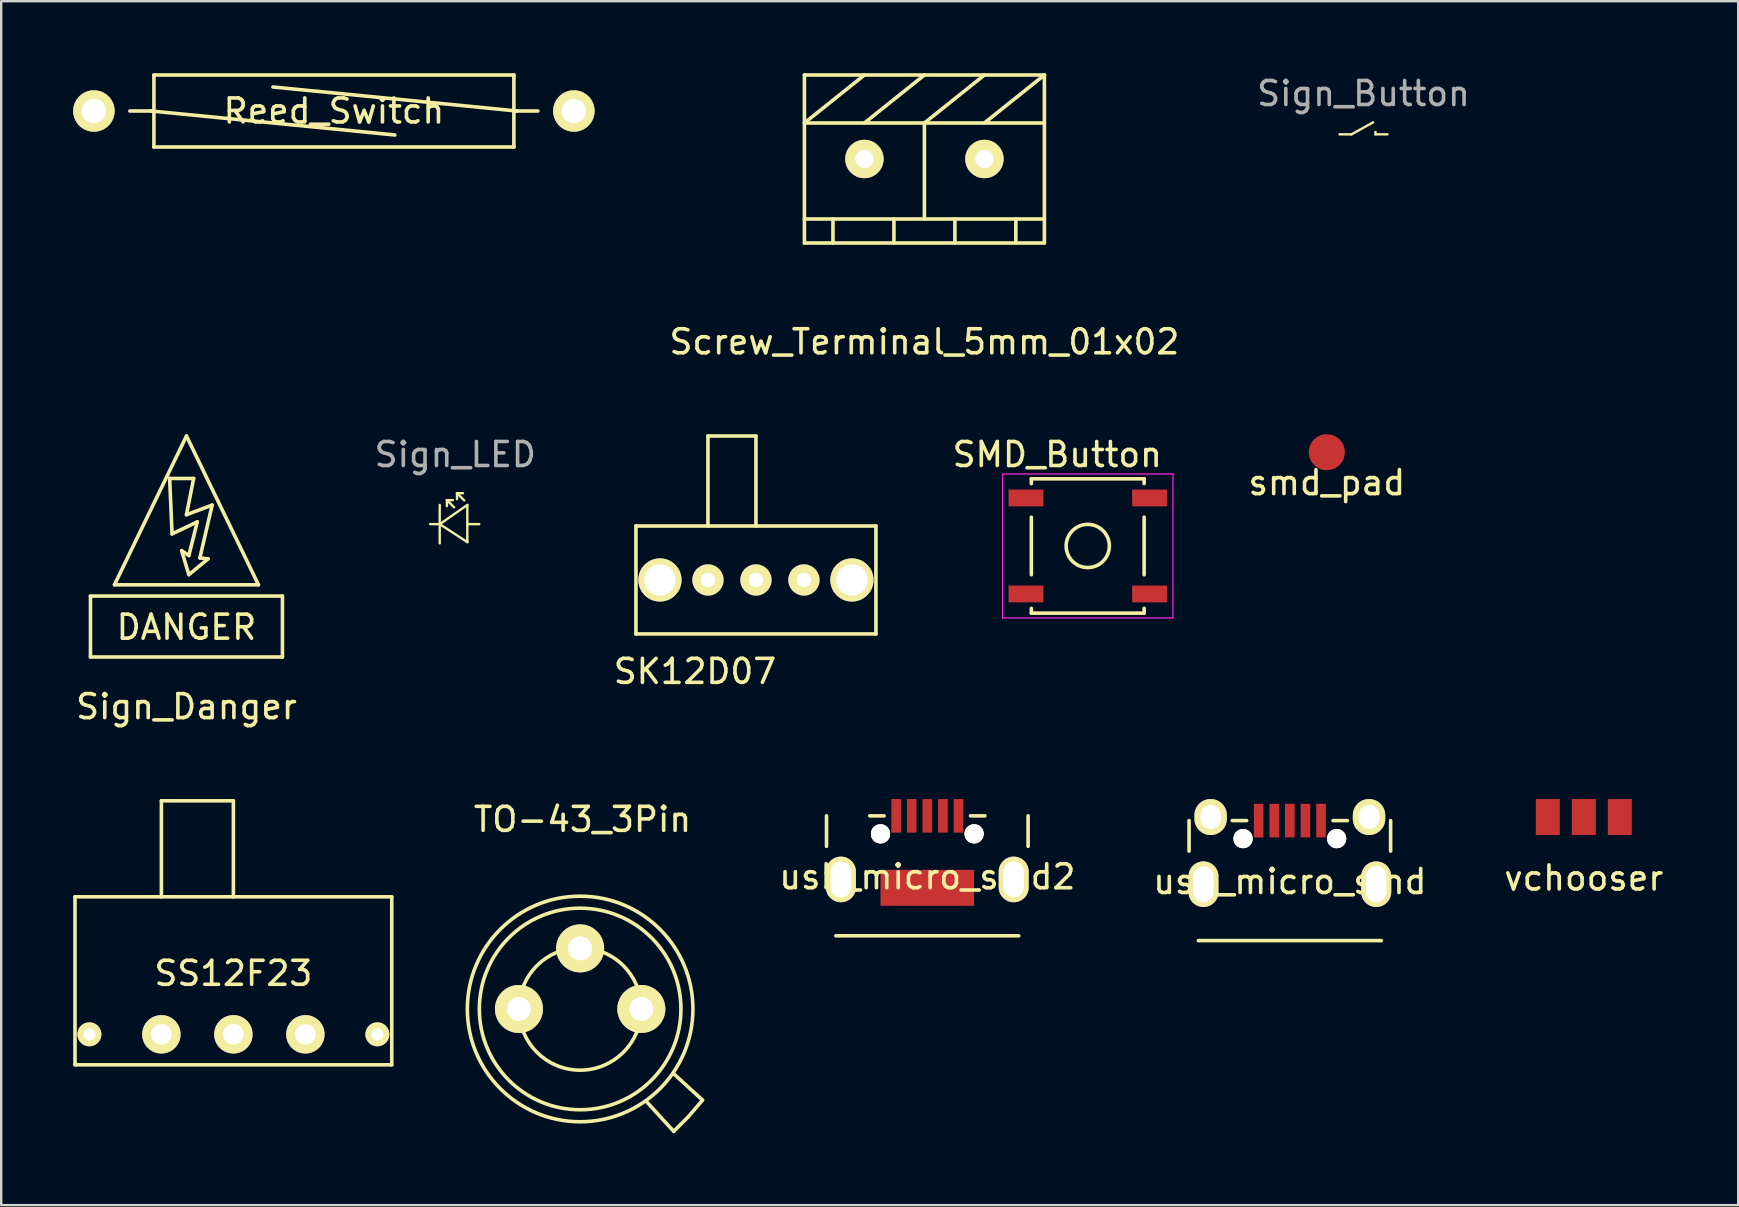
<source format=kicad_pcb>
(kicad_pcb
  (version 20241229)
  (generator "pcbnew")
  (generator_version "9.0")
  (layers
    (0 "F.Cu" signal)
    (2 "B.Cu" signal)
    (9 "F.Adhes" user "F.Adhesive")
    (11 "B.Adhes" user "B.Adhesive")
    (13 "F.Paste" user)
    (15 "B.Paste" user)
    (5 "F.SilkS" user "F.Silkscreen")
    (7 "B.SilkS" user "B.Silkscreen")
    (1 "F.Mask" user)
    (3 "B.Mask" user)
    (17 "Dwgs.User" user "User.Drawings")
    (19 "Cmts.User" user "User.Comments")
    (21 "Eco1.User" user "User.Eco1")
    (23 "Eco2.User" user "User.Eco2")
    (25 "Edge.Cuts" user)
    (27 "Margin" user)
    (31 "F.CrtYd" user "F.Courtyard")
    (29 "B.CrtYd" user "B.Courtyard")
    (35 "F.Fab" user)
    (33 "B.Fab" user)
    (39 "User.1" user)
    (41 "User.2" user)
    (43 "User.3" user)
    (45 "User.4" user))
  (footprint "vchooser"
    (layer "F.Cu")
    (at 62.949 30.997)
    (property "Reference" "vchooser" (at 0 2.54 0) (layer "F.SilkS") (effects (font (size 1 1) (thickness 0.15))))
    (attr through_hole)
    (pad "1" smd rect (at -1.5 0) (size 1 1.5) (layers "F.Cu" "F.Mask" "F.Paste"))
    (pad "2" smd rect (at 0 0) (size 1 1.5) (layers "F.Cu" "F.Mask" "F.Paste"))
    (pad "3" smd rect (at 1.5 0) (size 1 1.5) (layers "F.Cu" "F.Mask" "F.Paste")))
  (footprint "SS12F23"
    (layer "F.Cu")
    (at 6.675 40.051)
    (property "Reference" "SS12F23" (at 0 -2.54 0) (layer "F.SilkS") (effects (font (size 1 1) (thickness 0.15))))
    (attr through_hole)
    (fp_line (start -6.6 -5.73) (end 6.6 -5.73) (stroke (width 0.15) (type solid)) (layer "F.SilkS"))
    (fp_line (start -6.6 1.27) (end -6.6 -5.73) (stroke (width 0.15) (type solid)) (layer "F.SilkS"))
    (fp_line (start -6.6 1.27) (end 6.6 1.27) (stroke (width 0.15) (type solid)) (layer "F.SilkS"))
    (fp_line (start -3 -9.73) (end -3 -5.73) (stroke (width 0.15) (type solid)) (layer "F.SilkS"))
    (fp_line (start 0 -9.73) (end -3 -9.73) (stroke (width 0.15) (type solid)) (layer "F.SilkS"))
    (fp_line (start 0 -9.73) (end 0 -5.73) (stroke (width 0.15) (type solid)) (layer "F.SilkS"))
    (fp_line (start 6.6 1.27) (end 6.6 -5.73) (stroke (width 0.15) (type solid)) (layer "F.SilkS"))
    (pad "1" thru_hole circle (at -3 0) (size 1.6 1.6) (drill 0.85) (layers "*.Cu" "*.Mask" "F.SilkS"))
    (pad "2" thru_hole circle (at 0 0) (size 1.6 1.6) (drill 0.85) (layers "*.Cu" "*.Mask" "F.SilkS"))
    (pad "3" thru_hole circle (at 3 0) (size 1.6 1.6) (drill 0.85) (layers "*.Cu" "*.Mask" "F.SilkS"))
    (pad "4" thru_hole circle (at -6 0) (size 1 1) (drill 0.5) (layers "*.Cu" "*.Mask" "F.SilkS"))
    (pad "4" thru_hole circle (at 6 0) (size 1 1) (drill 0.5) (layers "*.Cu" "*.Mask" "F.SilkS")))
  (footprint "SMD_Button"
    (layer "F.Cu")
    (at 42.278 19.701)
    (property "Reference" "SMD_Button" (at -1.27 -3.81 0) (layer "F.SilkS") (effects (font (size 1 1) (thickness 0.15))))
    (attr smd)
    (fp_line (start -2.35 -2.8) (end -2.35 -2.6) (stroke (width 0.15) (type solid)) (layer "F.SilkS"))
    (fp_line (start -2.35 -1.2) (end -2.35 1.2) (stroke (width 0.15) (type solid)) (layer "F.SilkS"))
    (fp_line (start -2.35 2.6) (end -2.35 2.8) (stroke (width 0.15) (type solid)) (layer "F.SilkS"))
    (fp_line (start -2.35 2.8) (end 2.35 2.8) (stroke (width 0.15) (type solid)) (layer "F.SilkS"))
    (fp_line (start 2.35 -2.8) (end -2.35 -2.8) (stroke (width 0.15) (type solid)) (layer "F.SilkS"))
    (fp_line (start 2.35 -2.8) (end 2.35 -2.6) (stroke (width 0.15) (type solid)) (layer "F.SilkS"))
    (fp_line (start 2.35 -1.2) (end 2.35 1.2) (stroke (width 0.15) (type solid)) (layer "F.SilkS"))
    (fp_line (start 2.35 2.8) (end 2.35 2.6) (stroke (width 0.15) (type solid)) (layer "F.SilkS"))
    (fp_circle (center 0 0) (end 0.9 0) (stroke (width 0.15) (type solid)) (fill no) (layer "F.SilkS"))
    (fp_line (start -3.55 -3) (end 3.55 -3) (stroke (width 0.05) (type solid)) (layer "F.CrtYd"))
    (fp_line (start -3.55 3) (end -3.55 -3) (stroke (width 0.05) (type solid)) (layer "F.CrtYd"))
    (fp_line (start 3.55 -3) (end 3.55 3) (stroke (width 0.05) (type solid)) (layer "F.CrtYd"))
    (fp_line (start 3.55 3) (end -3.55 3) (stroke (width 0.05) (type solid)) (layer "F.CrtYd"))
    (pad "1" smd rect (at -2.575 -2) (size 1.45 0.7) (layers "F.Cu" "F.Mask" "F.Paste"))
    (pad "1" smd rect (at 2.575 -2) (size 1.45 0.7) (layers "F.Cu" "F.Mask" "F.Paste"))
    (pad "2" smd rect (at -2.575 2) (size 1.45 0.7) (layers "F.Cu" "F.Mask" "F.Paste"))
    (pad "2" smd rect (at 2.575 2) (size 1.45 0.7) (layers "F.Cu" "F.Mask" "F.Paste")))
  (footprint "Screw_Terminal_5mm_01x02"
    (layer "F.Cu")
    (at 35.471 3.575)
    (property "Reference" "Screw_Terminal_5mm_01x02" (at 0 7.62 0) (layer "F.SilkS") (effects (font (size 1 1) (thickness 0.15))))
    (attr through_hole)
    (fp_line (start -5 -3.5) (end -5 3.5) (stroke (width 0.15) (type solid)) (layer "F.SilkS"))
    (fp_line (start -5 -3.5) (end 5 -3.5) (stroke (width 0.15) (type solid)) (layer "F.SilkS"))
    (fp_line (start -5 -1.5) (end -2.5 -3.5) (stroke (width 0.15) (type solid)) (layer "F.SilkS"))
    (fp_line (start -5 -1.5) (end 5 -1.5) (stroke (width 0.15) (type solid)) (layer "F.SilkS"))
    (fp_line (start -5 2.5) (end 5 2.5) (stroke (width 0.15) (type solid)) (layer "F.SilkS"))
    (fp_line (start -3.81 3.5) (end -3.81 2.5) (stroke (width 0.15) (type solid)) (layer "F.SilkS"))
    (fp_line (start -2.5 -1.5) (end 0 -3.5) (stroke (width 0.15) (type solid)) (layer "F.SilkS"))
    (fp_line (start -1.27 3.5) (end -1.27 2.5) (stroke (width 0.15) (type solid)) (layer "F.SilkS"))
    (fp_line (start 0 -1.5) (end 0 2.5) (stroke (width 0.15) (type solid)) (layer "F.SilkS"))
    (fp_line (start 0 -1.5) (end 2.5 -3.5) (stroke (width 0.15) (type solid)) (layer "F.SilkS"))
    (fp_line (start 1.27 3.5) (end 1.27 2.5) (stroke (width 0.15) (type solid)) (layer "F.SilkS"))
    (fp_line (start 2.5 -1.5) (end 5 -3.5) (stroke (width 0.15) (type solid)) (layer "F.SilkS"))
    (fp_line (start 3.81 3.5) (end 3.81 2.5) (stroke (width 0.15) (type solid)) (layer "F.SilkS"))
    (fp_line (start 5 -3.5) (end 5 3.5) (stroke (width 0.15) (type solid)) (layer "F.SilkS"))
    (fp_line (start 5 3.5) (end -5 3.5) (stroke (width 0.15) (type solid)) (layer "F.SilkS"))
    (pad "1" thru_hole circle (at -2.5 0) (size 1.6 1.6) (drill 0.762) (layers "*.Cu" "*.Mask" "F.SilkS"))
    (pad "2" thru_hole circle (at 2.5 0) (size 1.6 1.6) (drill 0.762) (layers "*.Cu" "*.Mask" "F.SilkS")))
  (footprint "SK12D07"
    (layer "F.Cu")
    (at 28.451 21.118)
    (property "Reference" "SK12D07" (at -2.54 3.81 0) (layer "F.SilkS") (effects (font (size 1 1) (thickness 0.15))))
    (attr through_hole)
    (fp_line (start -5 -2.25) (end -5 2.25) (stroke (width 0.15) (type solid)) (layer "F.SilkS"))
    (fp_line (start -5 -2.25) (end 5 -2.25) (stroke (width 0.15) (type solid)) (layer "F.SilkS"))
    (fp_line (start -5 2.25) (end 5 2.25) (stroke (width 0.15) (type solid)) (layer "F.SilkS"))
    (fp_line (start -2 -6) (end 0 -6) (stroke (width 0.15) (type solid)) (layer "F.SilkS"))
    (fp_line (start -2 -2.25) (end -2 -6) (stroke (width 0.15) (type solid)) (layer "F.SilkS"))
    (fp_line (start 0 -2.25) (end 0 -6) (stroke (width 0.15) (type solid)) (layer "F.SilkS"))
    (fp_line (start 5 -2.25) (end 5 2.25) (stroke (width 0.15) (type solid)) (layer "F.SilkS"))
    (pad "1" thru_hole circle (at -2 0) (size 1.3 1.3) (drill 0.6) (layers "*.Cu" "*.Mask" "F.SilkS"))
    (pad "2" thru_hole circle (at 0 0) (size 1.3 1.3) (drill 0.6) (layers "*.Cu" "*.Mask" "F.SilkS"))
    (pad "3" thru_hole circle (at 2 0) (size 1.3 1.3) (drill 0.6) (layers "*.Cu" "*.Mask" "F.SilkS"))
    (pad "4" thru_hole circle (at -4 0) (size 1.8 1.8) (drill 1.3) (layers "*.Cu" "*.Mask" "F.SilkS"))
    (pad "4" thru_hole circle (at 4 0) (size 1.8 1.8) (drill 1.3) (layers "*.Cu" "*.Mask" "F.SilkS")))
  (footprint "Reed_Switch"
    (layer "F.Cu")
    (at 10.864 1.575)
    (property "Reference" "Reed_Switch" (at 0 0 0) (layer "F.SilkS") (effects (font (size 1 1) (thickness 0.15))))
    (attr through_hole)
    (fp_line (start -8.5 0) (end -7.5 0) (stroke (width 0.15) (type solid)) (layer "F.SilkS"))
    (fp_line (start -7.62 0) (end 2.54 1) (stroke (width 0.15) (type solid)) (layer "F.SilkS"))
    (fp_line (start -7.5 -1.5) (end -7.5 1.5) (stroke (width 0.15) (type solid)) (layer "F.SilkS"))
    (fp_line (start -7.5 -1.5) (end 7.5 -1.5) (stroke (width 0.15) (type solid)) (layer "F.SilkS"))
    (fp_line (start -7.5 1.5) (end 7.5 1.5) (stroke (width 0.15) (type solid)) (layer "F.SilkS"))
    (fp_line (start 7.5 -1.5) (end 7.5 1.5) (stroke (width 0.15) (type solid)) (layer "F.SilkS"))
    (fp_line (start 7.5 0) (end 8.5 0) (stroke (width 0.15) (type solid)) (layer "F.SilkS"))
    (fp_line (start 7.62 0) (end -2.54 -1) (stroke (width 0.15) (type solid)) (layer "F.SilkS"))
    (pad "1" thru_hole circle (at -10 0) (size 1.727 1.727) (drill 1.016) (layers "*.Cu" "*.Mask" "F.SilkS"))
    (pad "2" thru_hole circle (at 10 0) (size 1.727 1.727) (drill 1.016) (layers "*.Cu" "*.Mask" "F.SilkS")))
  (footprint "TO-43_3Pin"
    (layer "F.Cu")
    (at 21.125 38.995)
    (property "Reference" "TO-43_3Pin" (at 0.1 -7.9 0) (layer "F.SilkS") (effects (font (size 1 1) (thickness 0.15))))
    (attr through_hole)
    (fp_line (start 3.9 5.1) (end 2.8 3.9) (stroke (width 0.15) (type solid)) (layer "F.SilkS"))
    (fp_line (start 4.5 4.5) (end 3.9 5.1) (stroke (width 0.15) (type solid)) (layer "F.SilkS"))
    (fp_line (start 4.5 4.5) (end 5.1 3.8) (stroke (width 0.15) (type solid)) (layer "F.SilkS"))
    (fp_line (start 5.1 3.8) (end 3.9 2.7) (stroke (width 0.15) (type solid)) (layer "F.SilkS"))
    (fp_circle (center 0 0) (end -4.7 0) (stroke (width 0.15) (type solid)) (fill no) (layer "F.SilkS"))
    (fp_circle (center 0 0) (end -4.2 0) (stroke (width 0.15) (type solid)) (fill no) (layer "F.SilkS"))
    (fp_circle (center 0 0) (end -2.55 0) (stroke (width 0.15) (type solid)) (fill no) (layer "F.SilkS"))
    (pad "1" thru_hole circle (at 2.55 0 180) (size 2 2) (drill 1) (layers "*.Cu" "*.Mask" "F.SilkS"))
    (pad "2" thru_hole circle (at 0 -2.525 180) (size 2 2) (drill 1) (layers "*.Cu" "*.Mask" "F.SilkS"))
    (pad "3" thru_hole circle (at -2.55 0 180) (size 2 2) (drill 1) (layers "*.Cu" "*.Mask" "F.SilkS")))
  (footprint "usb_micro_smd"
    (layer "F.Cu")
    (at 50.699 31.146)
    (property "Reference" "usb_micro_smd" (at 0 2.54 0) (layer "F.SilkS") (effects (font (size 1 1) (thickness 0.15))))
    (attr through_hole)
    (fp_line (start -4.2 0) (end -4.2 1.27) (stroke (width 0.15) (type solid)) (layer "F.SilkS"))
    (fp_line (start -3.81 5) (end 3.81 5) (stroke (width 0.15) (type solid)) (layer "F.SilkS"))
    (fp_line (start -2.4 0) (end -1.8 0) (stroke (width 0.15) (type solid)) (layer "F.SilkS"))
    (fp_line (start 2.4 0) (end 1.8 0) (stroke (width 0.15) (type solid)) (layer "F.SilkS"))
    (fp_line (start 4.2 0) (end 4.2 1.27) (stroke (width 0.15) (type solid)) (layer "F.SilkS"))
    (pad "1" smd rect (at -1.3 0) (size 0.4 1.4) (layers "F.Cu" "F.Mask" "F.Paste"))
    (pad "2" smd rect (at -0.65 0) (size 0.4 1.4) (layers "F.Cu" "F.Mask" "F.Paste"))
    (pad "3" smd rect (at 0 0) (size 0.4 1.4) (layers "F.Cu" "F.Mask" "F.Paste"))
    (pad "4" smd rect (at 0.65 0) (size 0.4 1.4) (layers "F.Cu" "F.Mask" "F.Paste"))
    (pad "5" smd rect (at 1.3 0) (size 0.4 1.4) (layers "F.Cu" "F.Mask" "F.Paste"))
    (pad "6" thru_hole oval (at -3.6 2.65) (size 1.25 1.9) (drill oval 0.85 1.5) (layers "*.Cu" "*.Mask" "F.SilkS"))
    (pad "6" thru_hole oval (at -3.3 -0.15) (size 1.35 1.5) (drill oval 0.85 1) (layers "*.Cu" "*.Mask" "F.SilkS"))
    (pad "6" thru_hole oval (at 3.3 -0.15) (size 1.35 1.5) (drill oval 0.85 1) (layers "*.Cu" "*.Mask" "F.SilkS"))
    (pad "6" thru_hole oval (at 3.6 2.65) (size 1.25 1.9) (drill oval 0.85 1.5) (layers "*.Cu" "*.Mask" "F.SilkS"))
    (pad "7" thru_hole circle (at -1.95 0.75) (size 0.8 0.8) (drill 0.8) (layers "*.Cu" "*.Mask" "F.SilkS"))
    (pad "7" thru_hole circle (at 1.95 0.75) (size 0.8 0.8) (drill 0.8) (layers "*.Cu" "*.Mask" "F.SilkS")))
  (footprint "Sign_LED"
    (layer "F.Cu")
    (at 15.923 18.791)
    (property "Reference" "Sign_LED" (at 0 -2.9 0) (layer "F.Fab") (effects (font (size 1 1) (thickness 0.15))))
    (attr smd)
    (fp_line (start -0.649 -0.799) (end -0.649 0.801) (stroke (width 0.1) (type solid)) (layer "F.SilkS"))
    (fp_line (start -0.649 0.001) (end -1.051 0.001) (stroke (width 0.1) (type solid)) (layer "F.SilkS"))
    (fp_line (start -0.649 0.001) (end 0.501 -0.799) (stroke (width 0.1) (type solid)) (layer "F.SilkS"))
    (fp_line (start -0.649 0.001) (end 0.501 0.75) (stroke (width 0.1) (type solid)) (layer "F.SilkS"))
    (fp_line (start -0.35 -1) (end -0.35 -0.75) (stroke (width 0.1) (type solid)) (layer "F.SilkS"))
    (fp_line (start -0.35 -1) (end -0.1 -1) (stroke (width 0.1) (type solid)) (layer "F.SilkS"))
    (fp_line (start -0.35 -1) (end -0.05 -0.7) (stroke (width 0.1) (type solid)) (layer "F.SilkS"))
    (fp_line (start 0.07 -1.29) (end 0.07 -1.04) (stroke (width 0.1) (type solid)) (layer "F.SilkS"))
    (fp_line (start 0.07 -1.29) (end 0.32 -1.29) (stroke (width 0.1) (type solid)) (layer "F.SilkS"))
    (fp_line (start 0.07 -1.29) (end 0.37 -0.99) (stroke (width 0.1) (type solid)) (layer "F.SilkS"))
    (fp_line (start 0.501 0.001) (end 0.999 0.001) (stroke (width 0.1) (type solid)) (layer "F.SilkS"))
    (fp_line (start 0.501 0.75) (end 0.501 -0.799) (stroke (width 0.1) (type solid)) (layer "F.SilkS")))
  (footprint "Sign_Button"
    (layer "F.Cu")
    (at 53.769 2.548)
    (property "Reference" "Sign_Button" (at 0 -1.7 0) (layer "F.Fab") (effects (font (size 1 1) (thickness 0.15))))
    (attr through_hole)
    (fp_line (start -1 0) (end -0.5 0) (stroke (width 0.1) (type solid)) (layer "F.SilkS"))
    (fp_line (start -0.5 0) (end 0.4 -0.5) (stroke (width 0.1) (type solid)) (layer "F.SilkS"))
    (fp_line (start 0.5 0) (end 0.5 -0.1) (stroke (width 0.1) (type solid)) (layer "F.SilkS"))
    (fp_line (start 0.5 0) (end 1 0) (stroke (width 0.1) (type solid)) (layer "F.SilkS")))
  (footprint "Sign_Danger"
    (layer "F.Cu")
    (at 4.72 21.318)
    (property "Reference" "Sign_Danger" (at 0 5.08 0) (layer "F.SilkS") (effects (font (size 1 1) (thickness 0.15))))
    (attr through_hole)
    (fp_line (start -4 0.47) (end 4 0.47) (stroke (width 0.15) (type solid)) (layer "F.SilkS"))
    (fp_line (start -4 3.01) (end -4 0.47) (stroke (width 0.15) (type solid)) (layer "F.SilkS"))
    (fp_line (start -4 3.01) (end 4 3.01) (stroke (width 0.15) (type solid)) (layer "F.SilkS"))
    (fp_line (start -3 0) (end 0 -6.2) (stroke (width 0.15) (type solid)) (layer "F.SilkS"))
    (fp_line (start -3 0) (end 3 0) (stroke (width 0.15) (type solid)) (layer "F.SilkS"))
    (fp_line (start -0.7 -4.43) (end -0.6 -2.12) (stroke (width 0.15) (type solid)) (layer "F.SilkS"))
    (fp_line (start -0.7 -4.43) (end 0.3 -4.43) (stroke (width 0.15) (type solid)) (layer "F.SilkS"))
    (fp_line (start -0.6 -2.12) (end 0.45 -2.62) (stroke (width 0.15) (type solid)) (layer "F.SilkS"))
    (fp_line (start -0.2 -1.42) (end 0.1 -0.42) (stroke (width 0.15) (type solid)) (layer "F.SilkS"))
    (fp_line (start 0 -2.92) (end 1.07 -3.32) (stroke (width 0.15) (type solid)) (layer "F.SilkS"))
    (fp_line (start 0.1 -1.22) (end -0.2 -1.42) (stroke (width 0.15) (type solid)) (layer "F.SilkS"))
    (fp_line (start 0.3 -4.43) (end 0 -2.92) (stroke (width 0.15) (type solid)) (layer "F.SilkS"))
    (fp_line (start 0.45 -2.62) (end 0.1 -1.22) (stroke (width 0.15) (type solid)) (layer "F.SilkS"))
    (fp_line (start 0.56 -1.12) (end 0.9 -1.08) (stroke (width 0.15) (type solid)) (layer "F.SilkS"))
    (fp_line (start 0.9 -1.08) (end 0.1 -0.42) (stroke (width 0.15) (type solid)) (layer "F.SilkS"))
    (fp_line (start 1.07 -3.32) (end 0.56 -1.12) (stroke (width 0.15) (type solid)) (layer "F.SilkS"))
    (fp_line (start 3 0) (end 0 -6.2) (stroke (width 0.15) (type solid)) (layer "F.SilkS"))
    (fp_line (start 4 0.47) (end 4 3.01) (stroke (width 0.15) (type solid)) (layer "F.SilkS"))
    (fp_text user "DANGER" (at 0 1.77 0) (layer "F.SilkS") (effects (font (size 1 1) (thickness 0.15)))))
  (footprint "smd_pad"
    (layer "F.Cu")
    (at 52.24 15.793)
    (property "Reference" "smd_pad" (at 0 1.27 0) (layer "F.SilkS") (effects (font (size 1 1) (thickness 0.15))))
    (attr through_hole)
    (pad "1" smd circle (at 0 0) (size 1.5 1.5) (layers "F.Cu" "F.Mask" "F.Paste")))
  (footprint "usb_micro_smd2"
    (layer "F.Cu")
    (at 35.592 30.947)
    (property "Reference" "usb_micro_smd2" (at 0 2.54 0) (layer "F.SilkS") (effects (font (size 1 1) (thickness 0.15))))
    (attr through_hole)
    (fp_line (start -4.2 0) (end -4.2 1.27) (stroke (width 0.15) (type solid)) (layer "F.SilkS"))
    (fp_line (start -3.81 5) (end 3.81 5) (stroke (width 0.15) (type solid)) (layer "F.SilkS"))
    (fp_line (start -2.4 0) (end -1.8 0) (stroke (width 0.15) (type solid)) (layer "F.SilkS"))
    (fp_line (start 2.4 0) (end 1.8 0) (stroke (width 0.15) (type solid)) (layer "F.SilkS"))
    (fp_line (start 4.2 0) (end 4.2 1.27) (stroke (width 0.15) (type solid)) (layer "F.SilkS"))
    (pad "1" smd rect (at -1.3 0) (size 0.4 1.4) (layers "F.Cu" "F.Mask" "F.Paste"))
    (pad "2" smd rect (at -0.65 0) (size 0.4 1.4) (layers "F.Cu" "F.Mask" "F.Paste"))
    (pad "3" smd rect (at 0 0) (size 0.4 1.4) (layers "F.Cu" "F.Mask" "F.Paste"))
    (pad "4" smd rect (at 0.65 0) (size 0.4 1.4) (layers "F.Cu" "F.Mask" "F.Paste"))
    (pad "5" smd rect (at 1.3 0) (size 0.4 1.4) (layers "F.Cu" "F.Mask" "F.Paste"))
    (pad "6" thru_hole oval (at -3.6 2.65) (size 1.25 1.9) (drill oval 0.85 1.5) (layers "*.Cu" "*.Mask" "F.SilkS"))
    (pad "6" smd rect (at 0 3) (size 3.9 1.5) (layers "F.Cu" "F.Mask" "F.Paste"))
    (pad "6" thru_hole oval (at 3.6 2.65) (size 1.25 1.9) (drill oval 0.85 1.5) (layers "*.Cu" "*.Mask" "F.SilkS"))
    (pad "7" thru_hole circle (at -1.95 0.75) (size 0.8 0.8) (drill 0.8) (layers "*.Cu" "*.Mask" "F.SilkS"))
    (pad "7" thru_hole circle (at 1.95 0.75) (size 0.8 0.8) (drill 0.8) (layers "*.Cu" "*.Mask" "F.SilkS")))
  (gr_rect
    (start -3 -3)
    (end 69.383 47.17)
    (stroke (width 0.1) (type default))
    (fill no)
    (layer "Edge.Cuts")))
</source>
